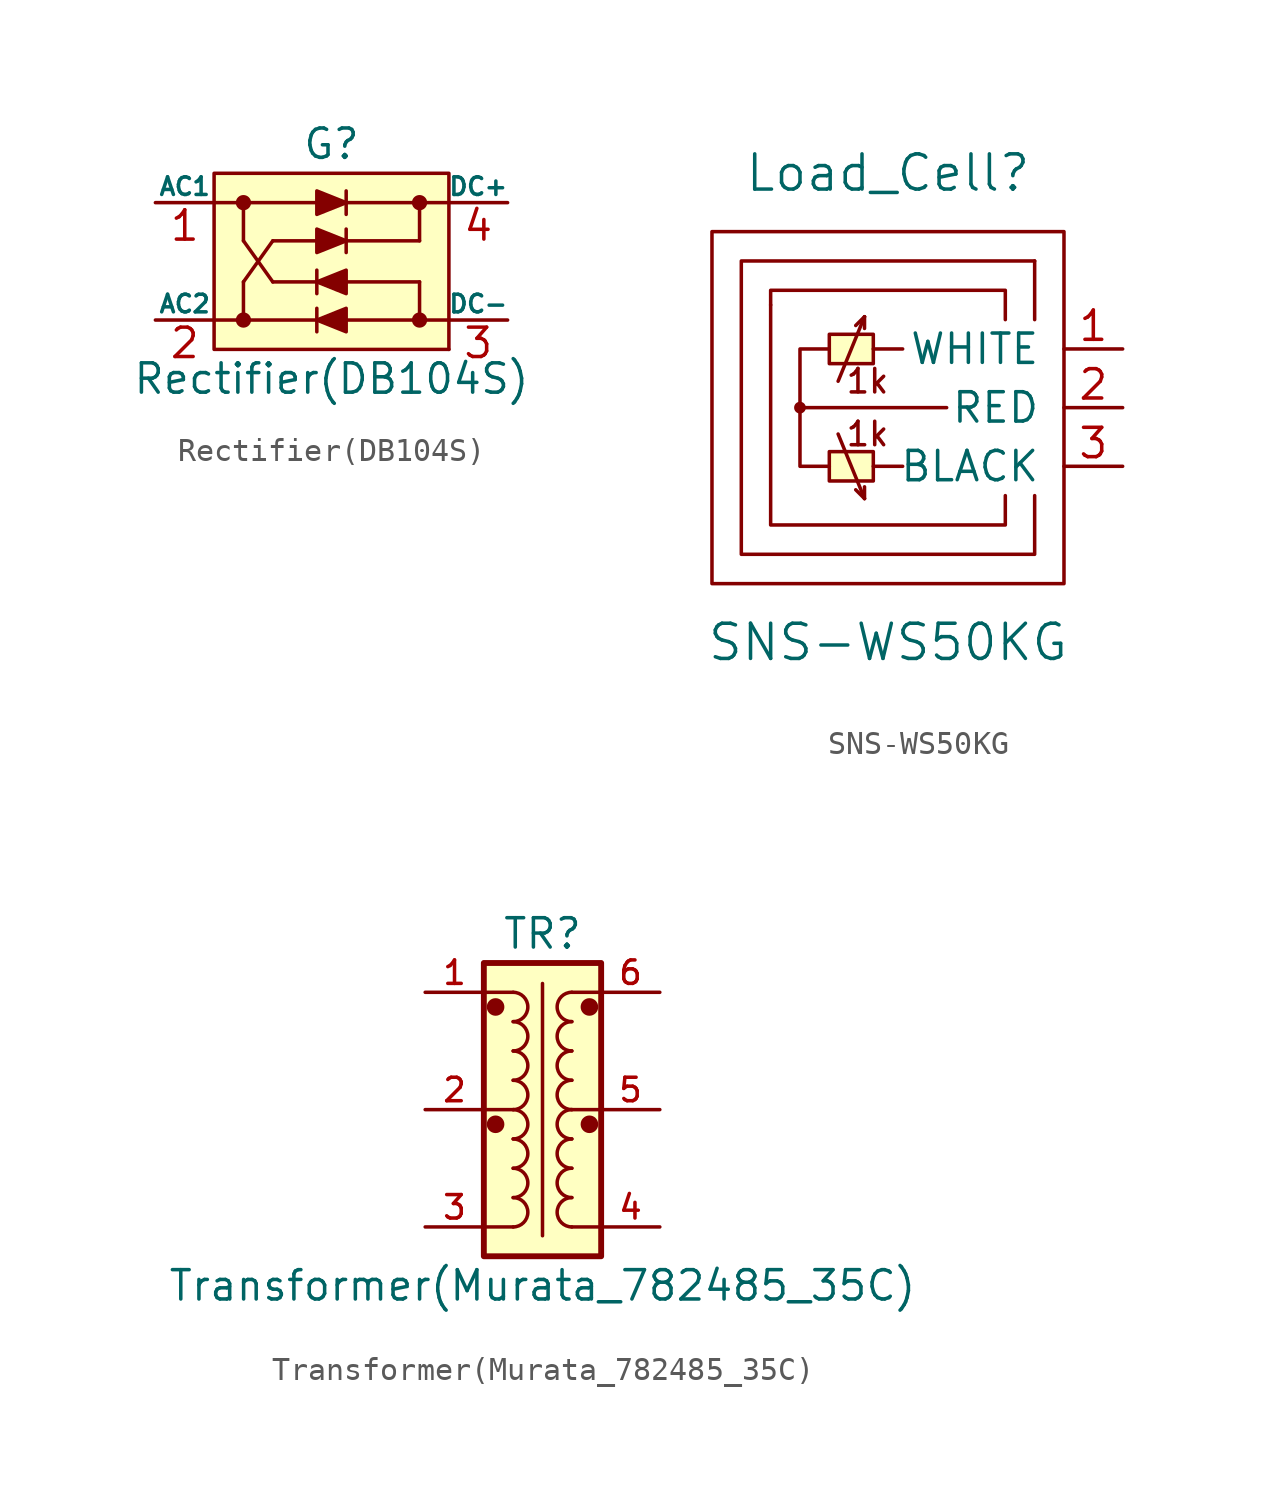
<source format=kicad_sym>
(kicad_symbol_lib
  (version 20211014)
  (generator kicad_symbol_editor)
  (symbol "Rectifier(DB104S)"
    (pin_names
      (offset 0))
    (property "Reference" "G"
      (at 0 5.08 0)
      (effects (font (size 1.27 1.27))))
    (property "Value" "Rectifier(DB104S)"
      (at 0 -5.08 0)
      (effects (font (size 1.27 1.27))))
    (symbol "Rectifier(DB104S)_0_1"
      (rectangle (start -5.08 3.81) (end 5.08 -3.81) (stroke (width 0) (type default) (color 0 0 0 0)) (fill (type background)))
      (circle (center -3.81 -2.54) (radius 0.254) (stroke (width 0) (type default) (color 0 0 0 0)) (fill (type outline)))
      (circle (center -3.81 2.54) (radius 0.254) (stroke (width 0) (type default) (color 0 0 0 0)) (fill (type outline)))
      (polyline (pts (xy -5.08 -2.54) (xy 5.08 -2.54)) (stroke (width 0) (type default) (color 0 0 0 0)) (fill (type none)))
      (polyline (pts (xy -5.08 2.54) (xy 5.08 2.54)) (stroke (width 0) (type default) (color 0 0 0 0)) (fill (type none)))
      (polyline (pts (xy -3.81 -0.889) (xy -3.81 -2.54)) (stroke (width 0) (type default) (color 0 0 0 0)) (fill (type none)))
      (polyline (pts (xy -3.81 0.889) (xy -3.81 2.54)) (stroke (width 0) (type default) (color 0 0 0 0)) (fill (type none)))
      (polyline (pts (xy -3.81 0.889) (xy -2.54 -0.889)) (stroke (width 0) (type default) (color 0 0 0 0)) (fill (type none)))
      (polyline (pts (xy -2.54 -0.889) (xy 3.81 -0.889)) (stroke (width 0) (type default) (color 0 0 0 0)) (fill (type none)))
      (polyline (pts (xy -2.54 0.889) (xy -3.81 -0.889)) (stroke (width 0) (type default) (color 0 0 0 0)) (fill (type none)))
      (polyline (pts (xy -2.54 0.889) (xy 3.81 0.889)) (stroke (width 0) (type default) (color 0 0 0 0)) (fill (type none)))
      (polyline (pts (xy -0.635 -3.048) (xy -0.635 -2.032)) (stroke (width 0) (type default) (color 0 0 0 0)) (fill (type none)))
      (polyline (pts (xy -0.635 -1.397) (xy -0.635 -0.381)) (stroke (width 0) (type default) (color 0 0 0 0)) (fill (type none)))
      (polyline (pts (xy 0.635 1.397) (xy 0.635 0.381)) (stroke (width 0) (type default) (color 0 0 0 0)) (fill (type none)))
      (polyline (pts (xy 0.635 3.048) (xy 0.635 2.032)) (stroke (width 0) (type default) (color 0 0 0 0)) (fill (type none)))
      (polyline (pts (xy 3.81 -0.889) (xy 3.81 -2.54)) (stroke (width 0) (type default) (color 0 0 0 0)) (fill (type none)))
      (polyline (pts (xy 3.81 0.889) (xy 3.81 2.54)) (stroke (width 0) (type default) (color 0 0 0 0)) (fill (type none)))
      (polyline (pts (xy -0.635 1.397) (xy -0.635 0.381) (xy 0.635 0.889) (xy -0.635 1.397)) (stroke (width 0) (type default) (color 0 0 0 0)) (fill (type outline)))
      (polyline (pts (xy -0.635 3.048) (xy -0.635 2.032) (xy 0.635 2.54) (xy -0.635 3.048)) (stroke (width 0) (type default) (color 0 0 0 0)) (fill (type outline)))
      (polyline (pts (xy 0.635 -3.048) (xy 0.635 -2.032) (xy -0.635 -2.54) (xy 0.635 -3.048)) (stroke (width 0) (type default) (color 0 0 0 0)) (fill (type outline)))
      (polyline (pts (xy 0.635 -1.397) (xy 0.635 -0.381) (xy -0.635 -0.889) (xy 0.635 -1.397)) (stroke (width 0) (type default) (color 0 0 0 0)) (fill (type outline)))
      (circle (center 3.81 -2.54) (radius 0.254) (stroke (width 0) (type default) (color 0 0 0 0)) (fill (type outline)))
      (circle (center 3.81 2.54) (radius 0.254) (stroke (width 0) (type default) (color 0 0 0 0)) (fill (type outline)))
      (rectangle (start 5.08 -3.81) (end 5.08 -3.81) (stroke (width 0) (type default) (color 0 0 0 0)) (fill (type none))))
    (symbol "Rectifier(DB104S)_1_1"
      (pin input line (at -7.62 2.54 0) (length 2.54) (name "AC1" (effects (font (size 0.762 0.762)))) (number "1" (effects (font (size 1.27 1.27)))))
      (pin input line (at -7.62 -2.54 0) (length 2.54) (name "AC2" (effects (font (size 0.762 0.762)))) (number "2" (effects (font (size 1.27 1.27)))))
      (pin power_out line (at 7.62 -2.54 180) (length 2.54) (name "DC-" (effects (font (size 0.762 0.762)))) (number "3" (effects (font (size 1.27 1.27)))))
      (pin power_out line (at 7.62 2.54 180) (length 2.54) (name "DC+" (effects (font (size 0.762 0.762)))) (number "4" (effects (font (size 1.27 1.27)))))))
  (symbol "SNS-WS50KG"
    (pin_names
      (offset 1.016))
    (property "Reference" "Load_Cell"
      (at 0 10.16 0)
      (effects (font (size 1.524 1.524))))
    (property "Value" "SNS-WS50KG"
      (at 0 -10.16 0)
      (effects (font (size 1.524 1.524))))
    (symbol "SNS-WS50KG_0_0"
      (polyline (pts (xy -2.159 -1.143) (xy -1.016 -3.937)) (stroke (width 0) (type default) (color 0 0 0 0)) (fill (type none)))
      (polyline (pts (xy -2.159 1.143) (xy -1.016 3.937)) (stroke (width 0) (type default) (color 0 0 0 0)) (fill (type none)))
      (polyline (pts (xy -1.016 -3.937) (xy -1.397 -3.556)) (stroke (width 0) (type default) (color 0 0 0 0)) (fill (type none)))
      (polyline (pts (xy -1.016 -3.937) (xy -1.016 -3.429)) (stroke (width 0) (type default) (color 0 0 0 0)) (fill (type none)))
      (polyline (pts (xy -1.016 3.937) (xy -1.397 3.556)) (stroke (width 0) (type default) (color 0 0 0 0)) (fill (type none)))
      (polyline (pts (xy -1.016 3.937) (xy -1.016 3.429)) (stroke (width 0) (type default) (color 0 0 0 0)) (fill (type none)))
      (text "1k" (at -0.889 -1.143 0) (effects (font (size 1.016 1.016))))
      (text "1k" (at -0.889 1.143 0) (effects (font (size 1.016 1.016)))))
    (symbol "SNS-WS50KG_0_1"
      (rectangle (start -7.62 7.62) (end 7.62 -7.62) (stroke (width 0) (type default) (color 0 0 0 0)) (fill (type none)))
      (circle (center -3.81 0) (radius 0.127) (stroke (width 0) (type default) (color 0 0 0 0)) (fill (type none)))
      (circle (center -3.81 0) (radius 0.178) (stroke (width 0) (type default) (color 0 0 0 0)) (fill (type none)))
      (rectangle (start -0.635 -3.175) (end -2.54 -1.905) (stroke (width 0) (type default) (color 0 0 0 0)) (fill (type background)))
      (rectangle (start -0.635 1.905) (end -2.54 3.175) (stroke (width 0) (type default) (color 0 0 0 0)) (fill (type background)))
      (polyline (pts (xy -3.81 0) (xy 2.54 0)) (stroke (width 0) (type default) (color 0 0 0 0)) (fill (type none)))
      (polyline (pts (xy 0.635 -2.54) (xy -0.635 -2.54)) (stroke (width 0) (type default) (color 0 0 0 0)) (fill (type none)))
      (polyline (pts (xy 0.635 2.54) (xy -0.635 2.54)) (stroke (width 0) (type default) (color 0 0 0 0)) (fill (type none)))
      (polyline (pts (xy 6.35 6.35) (xy 6.35 3.81)) (stroke (width 0) (type default) (color 0 0 0 0)) (fill (type none)))
      (polyline (pts (xy -5.08 4.445) (xy -5.08 5.08) (xy 5.08 5.08) (xy 5.08 3.81)) (stroke (width 0) (type default) (color 0 0 0 0)) (fill (type none)))
      (polyline (pts (xy -2.54 2.54) (xy -3.81 2.54) (xy -3.81 -2.54) (xy -2.54 -2.54)) (stroke (width 0) (type default) (color 0 0 0 0)) (fill (type none)))
      (polyline (pts (xy -5.08 4.445) (xy -5.08 -4.445) (xy -5.08 -5.08) (xy 5.08 -5.08) (xy 5.08 -3.81)) (stroke (width 0) (type default) (color 0 0 0 0)) (fill (type none)))
      (polyline (pts (xy 6.35 6.35) (xy -6.35 6.35) (xy -6.35 -6.35) (xy 6.35 -6.35) (xy 6.35 -3.81)) (stroke (width 0) (type default) (color 0 0 0 0)) (fill (type none))))
    (symbol "SNS-WS50KG_1_1"
      (pin passive line (at 10.16 2.54 180) (length 2.54) (name "WHITE" (effects (font (size 1.27 1.27)))) (number "1" (effects (font (size 1.27 1.27)))))
      (pin passive line (at 10.16 0 180) (length 2.54) (name "RED" (effects (font (size 1.27 1.27)))) (number "2" (effects (font (size 1.27 1.27)))))
      (pin passive line (at 10.16 -2.54 180) (length 2.54) (name "BLACK" (effects (font (size 1.27 1.27)))) (number "3" (effects (font (size 1.27 1.27)))))))
  (symbol "Transformer(Murata_782485_35C)"
    (pin_names
      (offset 1.016))
    (property "Reference" "TR"
      (at 0 7.62 0)
      (effects (font (size 1.27 1.27))))
    (property "Value" "Transformer(Murata_782485_35C)"
      (at 0 -7.62 0)
      (effects (font (size 1.27 1.27))))
    (symbol "Transformer(Murata_782485_35C)_1_0"
      (polyline (pts (xy -1.27 -5.08) (xy -2.54 -5.08)) (stroke (width 0) (type default) (color 0 0 0 0)) (fill (type none)))
      (polyline (pts (xy -1.27 0) (xy -2.54 0)) (stroke (width 0) (type default) (color 0 0 0 0)) (fill (type none)))
      (polyline (pts (xy -1.27 5.08) (xy -2.54 5.08)) (stroke (width 0) (type default) (color 0 0 0 0)) (fill (type none)))
      (polyline (pts (xy 0 5.461) (xy 0 -5.461)) (stroke (width 0) (type default) (color 0 0 0 0)) (fill (type none)))
      (polyline (pts (xy 1.27 -5.08) (xy 2.54 -5.08)) (stroke (width 0) (type default) (color 0 0 0 0)) (fill (type none)))
      (polyline (pts (xy 1.27 0) (xy 2.54 0)) (stroke (width 0) (type default) (color 0 0 0 0)) (fill (type none)))
      (polyline (pts (xy 1.27 5.08) (xy 2.54 5.08)) (stroke (width 0) (type default) (color 0 0 0 0)) (fill (type none))))
    (symbol "Transformer(Murata_782485_35C)_1_1"
      (rectangle (start -2.54 6.35) (end 2.54 -6.35) (stroke (width 0.254) (type default) (color 0 0 0 0)) (fill (type background)))
      (circle (center -2.032 -0.635) (radius 0.254) (stroke (width 0.254) (type default) (color 0 0 0 0)) (fill (type outline)))
      (circle (center -2.032 4.445) (radius 0.254) (stroke (width 0.254) (type default) (color 0 0 0 0)) (fill (type outline)))
      (arc (start -1.27 -5.08) (mid -0.635 -4.445) (end -1.27 -3.81) (stroke (width 0) (type default) (color 0 0 0 0)) (fill (type none)))
      (arc (start -1.27 -3.81) (mid -0.635 -3.175) (end -1.27 -2.54) (stroke (width 0) (type default) (color 0 0 0 0)) (fill (type none)))
      (arc (start -1.27 -2.54) (mid -0.635 -1.905) (end -1.27 -1.27) (stroke (width 0) (type default) (color 0 0 0 0)) (fill (type none)))
      (arc (start -1.27 -1.27) (mid -0.635 -0.635) (end -1.27 0) (stroke (width 0) (type default) (color 0 0 0 0)) (fill (type none)))
      (arc (start -1.27 0) (mid -0.635 0.635) (end -1.27 1.27) (stroke (width 0) (type default) (color 0 0 0 0)) (fill (type none)))
      (arc (start -1.27 1.27) (mid -0.635 1.905) (end -1.27 2.54) (stroke (width 0) (type default) (color 0 0 0 0)) (fill (type none)))
      (arc (start -1.27 2.54) (mid -0.635 3.175) (end -1.27 3.81) (stroke (width 0) (type default) (color 0 0 0 0)) (fill (type none)))
      (arc (start -1.27 3.81) (mid -0.635 4.445) (end -1.27 5.08) (stroke (width 0) (type default) (color 0 0 0 0)) (fill (type none)))
      (arc (start 1.27 -3.81) (mid 0.635 -4.445) (end 1.27 -5.08) (stroke (width 0) (type default) (color 0 0 0 0)) (fill (type none)))
      (arc (start 1.27 -2.54) (mid 0.635 -3.175) (end 1.27 -3.81) (stroke (width 0) (type default) (color 0 0 0 0)) (fill (type none)))
      (arc (start 1.27 -1.27) (mid 0.635 -1.905) (end 1.27 -2.54) (stroke (width 0) (type default) (color 0 0 0 0)) (fill (type none)))
      (arc (start 1.27 0) (mid 0.635 -0.635) (end 1.27 -1.27) (stroke (width 0) (type default) (color 0 0 0 0)) (fill (type none)))
      (arc (start 1.27 1.27) (mid 0.635 0.635) (end 1.27 0) (stroke (width 0) (type default) (color 0 0 0 0)) (fill (type none)))
      (arc (start 1.27 2.54) (mid 0.635 1.905) (end 1.27 1.27) (stroke (width 0) (type default) (color 0 0 0 0)) (fill (type none)))
      (arc (start 1.27 3.81) (mid 0.635 3.175) (end 1.27 2.54) (stroke (width 0) (type default) (color 0 0 0 0)) (fill (type none)))
      (arc (start 1.27 5.08) (mid 0.635 4.445) (end 1.27 3.81) (stroke (width 0) (type default) (color 0 0 0 0)) (fill (type none)))
      (circle (center 2.032 -0.635) (radius 0.254) (stroke (width 0.254) (type default) (color 0 0 0 0)) (fill (type outline)))
      (circle (center 2.032 4.445) (radius 0.254) (stroke (width 0.254) (type default) (color 0 0 0 0)) (fill (type outline)))
      (pin passive line (at -5.08 5.08 0) (length 2.54) (name "~" (effects (font (size 1.016 1.016)))) (number "1" (effects (font (size 1.016 1.016)))))
      (pin passive line (at -5.08 0 0) (length 2.54) (name "~" (effects (font (size 1.016 1.016)))) (number "2" (effects (font (size 1.016 1.016)))))
      (pin passive line (at -5.08 -5.08 0) (length 2.54) (name "~" (effects (font (size 1.016 1.016)))) (number "3" (effects (font (size 1.016 1.016)))))
      (pin passive line (at 5.08 -5.08 180) (length 2.54) (name "~" (effects (font (size 1.016 1.016)))) (number "4" (effects (font (size 1.016 1.016)))))
      (pin passive line (at 5.08 0 180) (length 2.54) (name "~" (effects (font (size 1.016 1.016)))) (number "5" (effects (font (size 1.016 1.016)))))
      (pin passive line (at 5.08 5.08 180) (length 2.54) (name "~" (effects (font (size 1.016 1.016)))) (number "6" (effects (font (size 1.016 1.016))))))))
</source>
